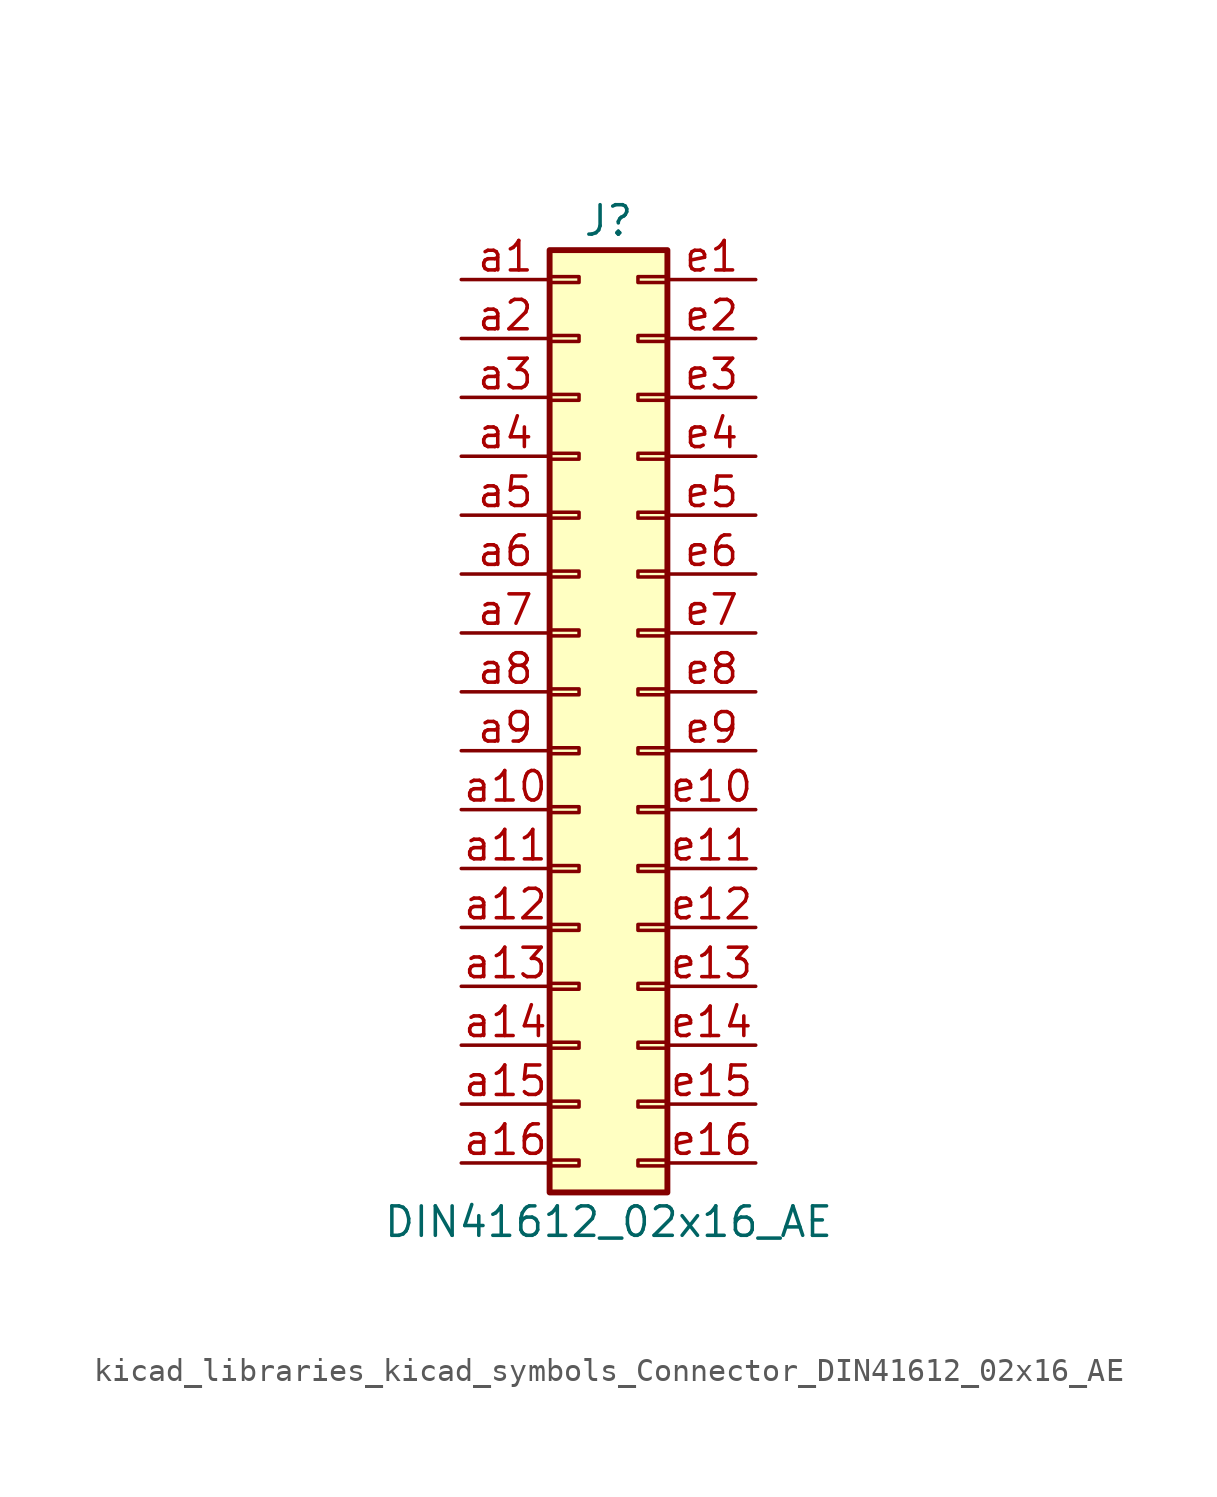
<source format=kicad_sym>
(kicad_symbol_lib
  (version 20220914)
  (generator kicad_symbol_editor)
  (symbol "kicad_libraries_kicad_symbols_Connector_DIN41612_02x16_AE"
    (pin_names
      (offset 1.016) hide)
    (property "Reference" "J"
      (at 1.27 20.32 0)
      (effects (font (size 1.27 1.27))))
    (property "Value" "DIN41612_02x16_AE"
      (at 1.27 -22.86 0)
      (effects (font (size 1.27 1.27))))
    (symbol "kicad_libraries_kicad_symbols_Connector_DIN41612_02x16_AE_1_1"
      (rectangle (start -1.27 -20.193) (end 0 -20.447) (stroke (width 0.152) (type default)) (fill (type none)))
      (rectangle (start -1.27 -17.653) (end 0 -17.907) (stroke (width 0.152) (type default)) (fill (type none)))
      (rectangle (start -1.27 -15.113) (end 0 -15.367) (stroke (width 0.152) (type default)) (fill (type none)))
      (rectangle (start -1.27 -12.573) (end 0 -12.827) (stroke (width 0.152) (type default)) (fill (type none)))
      (rectangle (start -1.27 -10.033) (end 0 -10.287) (stroke (width 0.152) (type default)) (fill (type none)))
      (rectangle (start -1.27 -7.493) (end 0 -7.747) (stroke (width 0.152) (type default)) (fill (type none)))
      (rectangle (start -1.27 -4.953) (end 0 -5.207) (stroke (width 0.152) (type default)) (fill (type none)))
      (rectangle (start -1.27 -2.413) (end 0 -2.667) (stroke (width 0.152) (type default)) (fill (type none)))
      (rectangle (start -1.27 0.127) (end 0 -0.127) (stroke (width 0.152) (type default)) (fill (type none)))
      (rectangle (start -1.27 2.667) (end 0 2.413) (stroke (width 0.152) (type default)) (fill (type none)))
      (rectangle (start -1.27 5.207) (end 0 4.953) (stroke (width 0.152) (type default)) (fill (type none)))
      (rectangle (start -1.27 7.747) (end 0 7.493) (stroke (width 0.152) (type default)) (fill (type none)))
      (rectangle (start -1.27 10.287) (end 0 10.033) (stroke (width 0.152) (type default)) (fill (type none)))
      (rectangle (start -1.27 12.827) (end 0 12.573) (stroke (width 0.152) (type default)) (fill (type none)))
      (rectangle (start -1.27 15.367) (end 0 15.113) (stroke (width 0.152) (type default)) (fill (type none)))
      (rectangle (start -1.27 17.907) (end 0 17.653) (stroke (width 0.152) (type default)) (fill (type none)))
      (rectangle (start -1.27 19.05) (end 3.81 -21.59) (stroke (width 0.254) (type default)) (fill (type background)))
      (rectangle (start 3.81 -20.193) (end 2.54 -20.447) (stroke (width 0.152) (type default)) (fill (type none)))
      (rectangle (start 3.81 -17.653) (end 2.54 -17.907) (stroke (width 0.152) (type default)) (fill (type none)))
      (rectangle (start 3.81 -15.113) (end 2.54 -15.367) (stroke (width 0.152) (type default)) (fill (type none)))
      (rectangle (start 3.81 -12.573) (end 2.54 -12.827) (stroke (width 0.152) (type default)) (fill (type none)))
      (rectangle (start 3.81 -10.033) (end 2.54 -10.287) (stroke (width 0.152) (type default)) (fill (type none)))
      (rectangle (start 3.81 -7.493) (end 2.54 -7.747) (stroke (width 0.152) (type default)) (fill (type none)))
      (rectangle (start 3.81 -4.953) (end 2.54 -5.207) (stroke (width 0.152) (type default)) (fill (type none)))
      (rectangle (start 3.81 -2.413) (end 2.54 -2.667) (stroke (width 0.152) (type default)) (fill (type none)))
      (rectangle (start 3.81 0.127) (end 2.54 -0.127) (stroke (width 0.152) (type default)) (fill (type none)))
      (rectangle (start 3.81 2.667) (end 2.54 2.413) (stroke (width 0.152) (type default)) (fill (type none)))
      (rectangle (start 3.81 5.207) (end 2.54 4.953) (stroke (width 0.152) (type default)) (fill (type none)))
      (rectangle (start 3.81 7.747) (end 2.54 7.493) (stroke (width 0.152) (type default)) (fill (type none)))
      (rectangle (start 3.81 10.287) (end 2.54 10.033) (stroke (width 0.152) (type default)) (fill (type none)))
      (rectangle (start 3.81 12.827) (end 2.54 12.573) (stroke (width 0.152) (type default)) (fill (type none)))
      (rectangle (start 3.81 15.367) (end 2.54 15.113) (stroke (width 0.152) (type default)) (fill (type none)))
      (rectangle (start 3.81 17.907) (end 2.54 17.653) (stroke (width 0.152) (type default)) (fill (type none)))
      (pin passive line (at -5.08 17.78 0) (length 3.81) (name "Pin_a1" (effects (font (size 1.27 1.27)))) (number "a1" (effects (font (size 1.27 1.27)))))
      (pin passive line (at -5.08 -5.08 0) (length 3.81) (name "Pin_a10" (effects (font (size 1.27 1.27)))) (number "a10" (effects (font (size 1.27 1.27)))))
      (pin passive line (at -5.08 -7.62 0) (length 3.81) (name "Pin_a11" (effects (font (size 1.27 1.27)))) (number "a11" (effects (font (size 1.27 1.27)))))
      (pin passive line (at -5.08 -10.16 0) (length 3.81) (name "Pin_a12" (effects (font (size 1.27 1.27)))) (number "a12" (effects (font (size 1.27 1.27)))))
      (pin passive line (at -5.08 -12.7 0) (length 3.81) (name "Pin_a13" (effects (font (size 1.27 1.27)))) (number "a13" (effects (font (size 1.27 1.27)))))
      (pin passive line (at -5.08 -15.24 0) (length 3.81) (name "Pin_a14" (effects (font (size 1.27 1.27)))) (number "a14" (effects (font (size 1.27 1.27)))))
      (pin passive line (at -5.08 -17.78 0) (length 3.81) (name "Pin_a15" (effects (font (size 1.27 1.27)))) (number "a15" (effects (font (size 1.27 1.27)))))
      (pin passive line (at -5.08 -20.32 0) (length 3.81) (name "Pin_a16" (effects (font (size 1.27 1.27)))) (number "a16" (effects (font (size 1.27 1.27)))))
      (pin passive line (at -5.08 15.24 0) (length 3.81) (name "Pin_a2" (effects (font (size 1.27 1.27)))) (number "a2" (effects (font (size 1.27 1.27)))))
      (pin passive line (at -5.08 12.7 0) (length 3.81) (name "Pin_a3" (effects (font (size 1.27 1.27)))) (number "a3" (effects (font (size 1.27 1.27)))))
      (pin passive line (at -5.08 10.16 0) (length 3.81) (name "Pin_a4" (effects (font (size 1.27 1.27)))) (number "a4" (effects (font (size 1.27 1.27)))))
      (pin passive line (at -5.08 7.62 0) (length 3.81) (name "Pin_a5" (effects (font (size 1.27 1.27)))) (number "a5" (effects (font (size 1.27 1.27)))))
      (pin passive line (at -5.08 5.08 0) (length 3.81) (name "Pin_a6" (effects (font (size 1.27 1.27)))) (number "a6" (effects (font (size 1.27 1.27)))))
      (pin passive line (at -5.08 2.54 0) (length 3.81) (name "Pin_a7" (effects (font (size 1.27 1.27)))) (number "a7" (effects (font (size 1.27 1.27)))))
      (pin passive line (at -5.08 0 0) (length 3.81) (name "Pin_a8" (effects (font (size 1.27 1.27)))) (number "a8" (effects (font (size 1.27 1.27)))))
      (pin passive line (at -5.08 -2.54 0) (length 3.81) (name "Pin_a9" (effects (font (size 1.27 1.27)))) (number "a9" (effects (font (size 1.27 1.27)))))
      (pin passive line (at 7.62 17.78 180) (length 3.81) (name "Pin_e1" (effects (font (size 1.27 1.27)))) (number "e1" (effects (font (size 1.27 1.27)))))
      (pin passive line (at 7.62 -5.08 180) (length 3.81) (name "Pin_e10" (effects (font (size 1.27 1.27)))) (number "e10" (effects (font (size 1.27 1.27)))))
      (pin passive line (at 7.62 -7.62 180) (length 3.81) (name "Pin_e11" (effects (font (size 1.27 1.27)))) (number "e11" (effects (font (size 1.27 1.27)))))
      (pin passive line (at 7.62 -10.16 180) (length 3.81) (name "Pin_e12" (effects (font (size 1.27 1.27)))) (number "e12" (effects (font (size 1.27 1.27)))))
      (pin passive line (at 7.62 -12.7 180) (length 3.81) (name "Pin_e13" (effects (font (size 1.27 1.27)))) (number "e13" (effects (font (size 1.27 1.27)))))
      (pin passive line (at 7.62 -15.24 180) (length 3.81) (name "Pin_e14" (effects (font (size 1.27 1.27)))) (number "e14" (effects (font (size 1.27 1.27)))))
      (pin passive line (at 7.62 -17.78 180) (length 3.81) (name "Pin_e15" (effects (font (size 1.27 1.27)))) (number "e15" (effects (font (size 1.27 1.27)))))
      (pin passive line (at 7.62 -20.32 180) (length 3.81) (name "Pin_e16" (effects (font (size 1.27 1.27)))) (number "e16" (effects (font (size 1.27 1.27)))))
      (pin passive line (at 7.62 15.24 180) (length 3.81) (name "Pin_e2" (effects (font (size 1.27 1.27)))) (number "e2" (effects (font (size 1.27 1.27)))))
      (pin passive line (at 7.62 12.7 180) (length 3.81) (name "Pin_e3" (effects (font (size 1.27 1.27)))) (number "e3" (effects (font (size 1.27 1.27)))))
      (pin passive line (at 7.62 10.16 180) (length 3.81) (name "Pin_e4" (effects (font (size 1.27 1.27)))) (number "e4" (effects (font (size 1.27 1.27)))))
      (pin passive line (at 7.62 7.62 180) (length 3.81) (name "Pin_e5" (effects (font (size 1.27 1.27)))) (number "e5" (effects (font (size 1.27 1.27)))))
      (pin passive line (at 7.62 5.08 180) (length 3.81) (name "Pin_e6" (effects (font (size 1.27 1.27)))) (number "e6" (effects (font (size 1.27 1.27)))))
      (pin passive line (at 7.62 2.54 180) (length 3.81) (name "Pin_e7" (effects (font (size 1.27 1.27)))) (number "e7" (effects (font (size 1.27 1.27)))))
      (pin passive line (at 7.62 0 180) (length 3.81) (name "Pin_e8" (effects (font (size 1.27 1.27)))) (number "e8" (effects (font (size 1.27 1.27)))))
      (pin passive line (at 7.62 -2.54 180) (length 3.81) (name "Pin_e9" (effects (font (size 1.27 1.27)))) (number "e9" (effects (font (size 1.27 1.27))))))))
</source>
